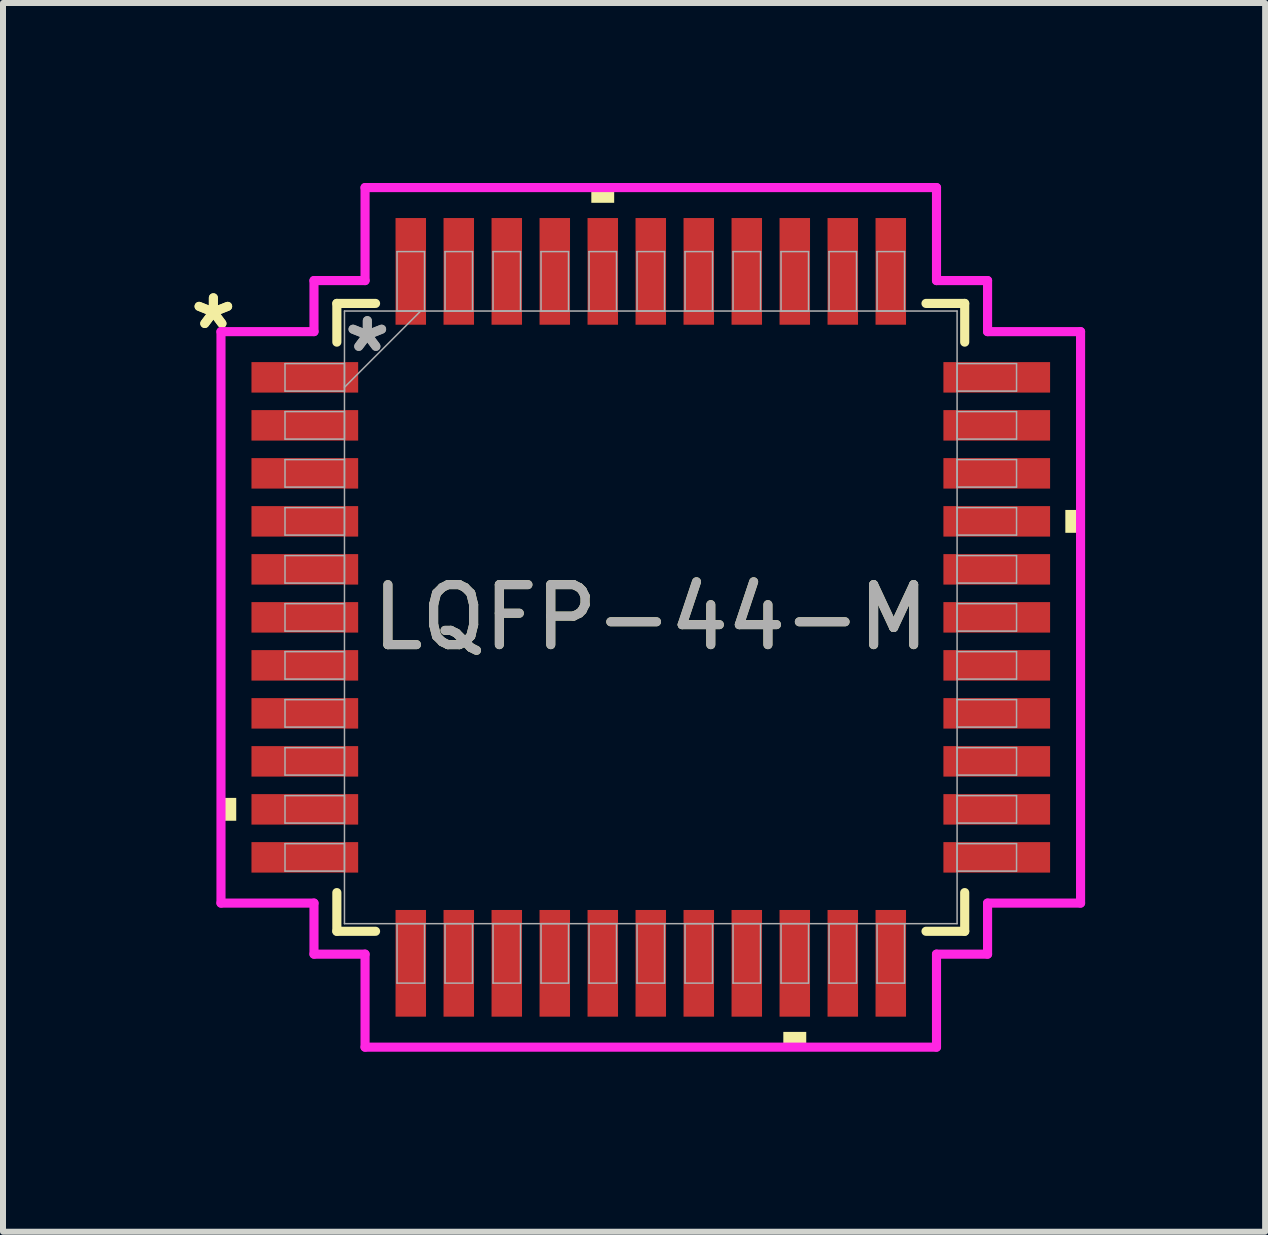
<source format=kicad_pcb>
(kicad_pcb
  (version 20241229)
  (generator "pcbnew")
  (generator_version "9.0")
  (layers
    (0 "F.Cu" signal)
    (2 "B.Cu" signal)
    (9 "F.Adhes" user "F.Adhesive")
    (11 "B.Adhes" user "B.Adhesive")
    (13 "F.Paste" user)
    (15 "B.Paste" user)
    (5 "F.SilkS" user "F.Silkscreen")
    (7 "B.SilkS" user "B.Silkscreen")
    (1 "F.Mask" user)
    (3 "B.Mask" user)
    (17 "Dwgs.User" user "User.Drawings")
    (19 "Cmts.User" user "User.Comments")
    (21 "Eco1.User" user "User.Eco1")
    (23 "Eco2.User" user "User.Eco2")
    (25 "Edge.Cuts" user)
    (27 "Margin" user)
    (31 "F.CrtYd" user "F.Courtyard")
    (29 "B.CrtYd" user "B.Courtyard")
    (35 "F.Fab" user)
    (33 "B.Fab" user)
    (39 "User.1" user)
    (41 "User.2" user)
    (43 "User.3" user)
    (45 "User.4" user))
  (footprint "LQFP-44-M"
    (layer "F.Cu")
    (at 7.796 7.239)
    (property "Reference" "LQFP-44-M" (at 0 0 0) (unlocked yes) (layer "F.SilkS") (effects (font (size 1 1) (thickness 0.15))))
    (attr smd)
    (fp_line (start -5.232 -5.232) (end -5.232 -4.587) (stroke (width 0.152) (type solid)) (layer "F.SilkS"))
    (fp_line (start -5.232 4.587) (end -5.232 5.232) (stroke (width 0.152) (type solid)) (layer "F.SilkS"))
    (fp_line (start -5.232 5.232) (end -4.587 5.232) (stroke (width 0.152) (type solid)) (layer "F.SilkS"))
    (fp_line (start -4.587 -5.232) (end -5.232 -5.232) (stroke (width 0.152) (type solid)) (layer "F.SilkS"))
    (fp_line (start 4.587 5.232) (end 5.232 5.232) (stroke (width 0.152) (type solid)) (layer "F.SilkS"))
    (fp_line (start 5.232 -5.232) (end 4.587 -5.232) (stroke (width 0.152) (type solid)) (layer "F.SilkS"))
    (fp_line (start 5.232 -4.587) (end 5.232 -5.232) (stroke (width 0.152) (type solid)) (layer "F.SilkS"))
    (fp_line (start 5.232 5.232) (end 5.232 4.587) (stroke (width 0.152) (type solid)) (layer "F.SilkS"))
    (fp_poly (pts (xy -7.163 3.009) (xy -7.163 3.39) (xy -6.909 3.39) (xy -6.909 3.009)) (stroke (width 0) (type solid)) (fill yes) (layer "F.SilkS"))
    (fp_poly (pts (xy -0.991 -6.909) (xy -0.991 -7.163) (xy -0.61 -7.163) (xy -0.61 -6.909)) (stroke (width 0) (type solid)) (fill yes) (layer "F.SilkS"))
    (fp_poly (pts (xy 2.209 6.909) (xy 2.209 7.163) (xy 2.591 7.163) (xy 2.591 6.909)) (stroke (width 0) (type solid)) (fill yes) (layer "F.SilkS"))
    (fp_poly (pts (xy 7.163 -1.79) (xy 7.163 -1.409) (xy 6.909 -1.409) (xy 6.909 -1.79)) (stroke (width 0) (type solid)) (fill yes) (layer "F.SilkS"))
    (fp_line (start -7.163 -4.762) (end -5.613 -4.762) (stroke (width 0.152) (type solid)) (layer "F.CrtYd"))
    (fp_line (start -7.163 4.762) (end -7.163 -4.762) (stroke (width 0.152) (type solid)) (layer "F.CrtYd"))
    (fp_line (start -5.613 -5.613) (end -4.762 -5.613) (stroke (width 0.152) (type solid)) (layer "F.CrtYd"))
    (fp_line (start -5.613 -4.762) (end -5.613 -5.613) (stroke (width 0.152) (type solid)) (layer "F.CrtYd"))
    (fp_line (start -5.613 4.762) (end -7.163 4.762) (stroke (width 0.152) (type solid)) (layer "F.CrtYd"))
    (fp_line (start -5.613 5.613) (end -5.613 4.762) (stroke (width 0.152) (type solid)) (layer "F.CrtYd"))
    (fp_line (start -5.613 5.613) (end -4.762 5.613) (stroke (width 0.152) (type solid)) (layer "F.CrtYd"))
    (fp_line (start -4.762 -7.163) (end 4.762 -7.163) (stroke (width 0.152) (type solid)) (layer "F.CrtYd"))
    (fp_line (start -4.762 -5.613) (end -4.762 -7.163) (stroke (width 0.152) (type solid)) (layer "F.CrtYd"))
    (fp_line (start -4.762 5.613) (end -4.762 7.163) (stroke (width 0.152) (type solid)) (layer "F.CrtYd"))
    (fp_line (start -4.762 7.163) (end 4.762 7.163) (stroke (width 0.152) (type solid)) (layer "F.CrtYd"))
    (fp_line (start 4.762 -7.163) (end 4.762 -5.613) (stroke (width 0.152) (type solid)) (layer "F.CrtYd"))
    (fp_line (start 4.762 -5.613) (end 5.613 -5.613) (stroke (width 0.152) (type solid)) (layer "F.CrtYd"))
    (fp_line (start 4.762 5.613) (end 5.613 5.613) (stroke (width 0.152) (type solid)) (layer "F.CrtYd"))
    (fp_line (start 4.762 7.163) (end 4.762 5.613) (stroke (width 0.152) (type solid)) (layer "F.CrtYd"))
    (fp_line (start 5.613 -4.762) (end 5.613 -5.613) (stroke (width 0.152) (type solid)) (layer "F.CrtYd"))
    (fp_line (start 5.613 4.762) (end 7.163 4.762) (stroke (width 0.152) (type solid)) (layer "F.CrtYd"))
    (fp_line (start 5.613 5.613) (end 5.613 4.762) (stroke (width 0.152) (type solid)) (layer "F.CrtYd"))
    (fp_line (start 7.163 -4.762) (end 5.613 -4.762) (stroke (width 0.152) (type solid)) (layer "F.CrtYd"))
    (fp_line (start 7.163 4.762) (end 7.163 -4.762) (stroke (width 0.152) (type solid)) (layer "F.CrtYd"))
    (fp_line (start -6.096 -4.229) (end -6.096 -3.771) (stroke (width 0.025) (type solid)) (layer "F.Fab"))
    (fp_line (start -6.096 -3.771) (end -5.105 -3.771) (stroke (width 0.025) (type solid)) (layer "F.Fab"))
    (fp_line (start -6.096 -3.429) (end -6.096 -2.971) (stroke (width 0.025) (type solid)) (layer "F.Fab"))
    (fp_line (start -6.096 -2.971) (end -5.105 -2.971) (stroke (width 0.025) (type solid)) (layer "F.Fab"))
    (fp_line (start -6.096 -2.629) (end -6.096 -2.171) (stroke (width 0.025) (type solid)) (layer "F.Fab"))
    (fp_line (start -6.096 -2.171) (end -5.105 -2.171) (stroke (width 0.025) (type solid)) (layer "F.Fab"))
    (fp_line (start -6.096 -1.829) (end -6.096 -1.371) (stroke (width 0.025) (type solid)) (layer "F.Fab"))
    (fp_line (start -6.096 -1.371) (end -5.105 -1.371) (stroke (width 0.025) (type solid)) (layer "F.Fab"))
    (fp_line (start -6.096 -1.029) (end -6.096 -0.571) (stroke (width 0.025) (type solid)) (layer "F.Fab"))
    (fp_line (start -6.096 -0.571) (end -5.105 -0.571) (stroke (width 0.025) (type solid)) (layer "F.Fab"))
    (fp_line (start -6.096 -0.229) (end -6.096 0.229) (stroke (width 0.025) (type solid)) (layer "F.Fab"))
    (fp_line (start -6.096 0.229) (end -5.105 0.229) (stroke (width 0.025) (type solid)) (layer "F.Fab"))
    (fp_line (start -6.096 0.571) (end -6.096 1.029) (stroke (width 0.025) (type solid)) (layer "F.Fab"))
    (fp_line (start -6.096 1.029) (end -5.105 1.029) (stroke (width 0.025) (type solid)) (layer "F.Fab"))
    (fp_line (start -6.096 1.371) (end -6.096 1.829) (stroke (width 0.025) (type solid)) (layer "F.Fab"))
    (fp_line (start -6.096 1.829) (end -5.105 1.829) (stroke (width 0.025) (type solid)) (layer "F.Fab"))
    (fp_line (start -6.096 2.171) (end -6.096 2.629) (stroke (width 0.025) (type solid)) (layer "F.Fab"))
    (fp_line (start -6.096 2.629) (end -5.105 2.629) (stroke (width 0.025) (type solid)) (layer "F.Fab"))
    (fp_line (start -6.096 2.971) (end -6.096 3.429) (stroke (width 0.025) (type solid)) (layer "F.Fab"))
    (fp_line (start -6.096 3.429) (end -5.105 3.429) (stroke (width 0.025) (type solid)) (layer "F.Fab"))
    (fp_line (start -6.096 3.771) (end -6.096 4.229) (stroke (width 0.025) (type solid)) (layer "F.Fab"))
    (fp_line (start -6.096 4.229) (end -5.105 4.229) (stroke (width 0.025) (type solid)) (layer "F.Fab"))
    (fp_line (start -5.105 -5.105) (end -5.105 5.105) (stroke (width 0.025) (type solid)) (layer "F.Fab"))
    (fp_line (start -5.105 -4.229) (end -6.096 -4.229) (stroke (width 0.025) (type solid)) (layer "F.Fab"))
    (fp_line (start -5.105 -3.835) (end -3.835 -5.105) (stroke (width 0.025) (type solid)) (layer "F.Fab"))
    (fp_line (start -5.105 -3.771) (end -5.105 -4.229) (stroke (width 0.025) (type solid)) (layer "F.Fab"))
    (fp_line (start -5.105 -3.429) (end -6.096 -3.429) (stroke (width 0.025) (type solid)) (layer "F.Fab"))
    (fp_line (start -5.105 -2.971) (end -5.105 -3.429) (stroke (width 0.025) (type solid)) (layer "F.Fab"))
    (fp_line (start -5.105 -2.629) (end -6.096 -2.629) (stroke (width 0.025) (type solid)) (layer "F.Fab"))
    (fp_line (start -5.105 -2.171) (end -5.105 -2.629) (stroke (width 0.025) (type solid)) (layer "F.Fab"))
    (fp_line (start -5.105 -1.829) (end -6.096 -1.829) (stroke (width 0.025) (type solid)) (layer "F.Fab"))
    (fp_line (start -5.105 -1.371) (end -5.105 -1.829) (stroke (width 0.025) (type solid)) (layer "F.Fab"))
    (fp_line (start -5.105 -1.029) (end -6.096 -1.029) (stroke (width 0.025) (type solid)) (layer "F.Fab"))
    (fp_line (start -5.105 -0.571) (end -5.105 -1.029) (stroke (width 0.025) (type solid)) (layer "F.Fab"))
    (fp_line (start -5.105 -0.229) (end -6.096 -0.229) (stroke (width 0.025) (type solid)) (layer "F.Fab"))
    (fp_line (start -5.105 0.229) (end -5.105 -0.229) (stroke (width 0.025) (type solid)) (layer "F.Fab"))
    (fp_line (start -5.105 0.571) (end -6.096 0.571) (stroke (width 0.025) (type solid)) (layer "F.Fab"))
    (fp_line (start -5.105 1.029) (end -5.105 0.571) (stroke (width 0.025) (type solid)) (layer "F.Fab"))
    (fp_line (start -5.105 1.371) (end -6.096 1.371) (stroke (width 0.025) (type solid)) (layer "F.Fab"))
    (fp_line (start -5.105 1.829) (end -5.105 1.371) (stroke (width 0.025) (type solid)) (layer "F.Fab"))
    (fp_line (start -5.105 2.171) (end -6.096 2.171) (stroke (width 0.025) (type solid)) (layer "F.Fab"))
    (fp_line (start -5.105 2.629) (end -5.105 2.171) (stroke (width 0.025) (type solid)) (layer "F.Fab"))
    (fp_line (start -5.105 2.971) (end -6.096 2.971) (stroke (width 0.025) (type solid)) (layer "F.Fab"))
    (fp_line (start -5.105 3.429) (end -5.105 2.971) (stroke (width 0.025) (type solid)) (layer "F.Fab"))
    (fp_line (start -5.105 3.771) (end -6.096 3.771) (stroke (width 0.025) (type solid)) (layer "F.Fab"))
    (fp_line (start -5.105 4.229) (end -5.105 3.771) (stroke (width 0.025) (type solid)) (layer "F.Fab"))
    (fp_line (start -5.105 5.105) (end 5.105 5.105) (stroke (width 0.025) (type solid)) (layer "F.Fab"))
    (fp_line (start -4.229 5.105) (end -4.229 6.096) (stroke (width 0.025) (type solid)) (layer "F.Fab"))
    (fp_line (start -4.229 6.096) (end -3.771 6.096) (stroke (width 0.025) (type solid)) (layer "F.Fab"))
    (fp_line (start -4.229 -6.096) (end -4.229 -5.105) (stroke (width 0.025) (type solid)) (layer "F.Fab"))
    (fp_line (start -4.229 -5.105) (end -3.771 -5.105) (stroke (width 0.025) (type solid)) (layer "F.Fab"))
    (fp_line (start -3.771 5.105) (end -4.229 5.105) (stroke (width 0.025) (type solid)) (layer "F.Fab"))
    (fp_line (start -3.771 6.096) (end -3.771 5.105) (stroke (width 0.025) (type solid)) (layer "F.Fab"))
    (fp_line (start -3.771 -6.096) (end -4.229 -6.096) (stroke (width 0.025) (type solid)) (layer "F.Fab"))
    (fp_line (start -3.771 -5.105) (end -3.771 -6.096) (stroke (width 0.025) (type solid)) (layer "F.Fab"))
    (fp_line (start -3.429 -6.096) (end -3.429 -5.105) (stroke (width 0.025) (type solid)) (layer "F.Fab"))
    (fp_line (start -3.429 -5.105) (end -2.971 -5.105) (stroke (width 0.025) (type solid)) (layer "F.Fab"))
    (fp_line (start -3.429 5.105) (end -3.429 6.096) (stroke (width 0.025) (type solid)) (layer "F.Fab"))
    (fp_line (start -3.429 6.096) (end -2.971 6.096) (stroke (width 0.025) (type solid)) (layer "F.Fab"))
    (fp_line (start -2.971 -6.096) (end -3.429 -6.096) (stroke (width 0.025) (type solid)) (layer "F.Fab"))
    (fp_line (start -2.971 -5.105) (end -2.971 -6.096) (stroke (width 0.025) (type solid)) (layer "F.Fab"))
    (fp_line (start -2.971 5.105) (end -3.429 5.105) (stroke (width 0.025) (type solid)) (layer "F.Fab"))
    (fp_line (start -2.971 6.096) (end -2.971 5.105) (stroke (width 0.025) (type solid)) (layer "F.Fab"))
    (fp_line (start -2.629 -6.096) (end -2.629 -5.105) (stroke (width 0.025) (type solid)) (layer "F.Fab"))
    (fp_line (start -2.629 -5.105) (end -2.171 -5.105) (stroke (width 0.025) (type solid)) (layer "F.Fab"))
    (fp_line (start -2.629 5.105) (end -2.629 6.096) (stroke (width 0.025) (type solid)) (layer "F.Fab"))
    (fp_line (start -2.629 6.096) (end -2.171 6.096) (stroke (width 0.025) (type solid)) (layer "F.Fab"))
    (fp_line (start -2.171 -6.096) (end -2.629 -6.096) (stroke (width 0.025) (type solid)) (layer "F.Fab"))
    (fp_line (start -2.171 -5.105) (end -2.171 -6.096) (stroke (width 0.025) (type solid)) (layer "F.Fab"))
    (fp_line (start -2.171 5.105) (end -2.629 5.105) (stroke (width 0.025) (type solid)) (layer "F.Fab"))
    (fp_line (start -2.171 6.096) (end -2.171 5.105) (stroke (width 0.025) (type solid)) (layer "F.Fab"))
    (fp_line (start -1.829 -6.096) (end -1.829 -5.105) (stroke (width 0.025) (type solid)) (layer "F.Fab"))
    (fp_line (start -1.829 -5.105) (end -1.371 -5.105) (stroke (width 0.025) (type solid)) (layer "F.Fab"))
    (fp_line (start -1.829 5.105) (end -1.829 6.096) (stroke (width 0.025) (type solid)) (layer "F.Fab"))
    (fp_line (start -1.829 6.096) (end -1.371 6.096) (stroke (width 0.025) (type solid)) (layer "F.Fab"))
    (fp_line (start -1.371 -6.096) (end -1.829 -6.096) (stroke (width 0.025) (type solid)) (layer "F.Fab"))
    (fp_line (start -1.371 -5.105) (end -1.371 -6.096) (stroke (width 0.025) (type solid)) (layer "F.Fab"))
    (fp_line (start -1.371 5.105) (end -1.829 5.105) (stroke (width 0.025) (type solid)) (layer "F.Fab"))
    (fp_line (start -1.371 6.096) (end -1.371 5.105) (stroke (width 0.025) (type solid)) (layer "F.Fab"))
    (fp_line (start -1.029 -6.096) (end -1.029 -5.105) (stroke (width 0.025) (type solid)) (layer "F.Fab"))
    (fp_line (start -1.029 -5.105) (end -0.571 -5.105) (stroke (width 0.025) (type solid)) (layer "F.Fab"))
    (fp_line (start -1.029 5.105) (end -1.029 6.096) (stroke (width 0.025) (type solid)) (layer "F.Fab"))
    (fp_line (start -1.029 6.096) (end -0.571 6.096) (stroke (width 0.025) (type solid)) (layer "F.Fab"))
    (fp_line (start -0.571 -6.096) (end -1.029 -6.096) (stroke (width 0.025) (type solid)) (layer "F.Fab"))
    (fp_line (start -0.571 -5.105) (end -0.571 -6.096) (stroke (width 0.025) (type solid)) (layer "F.Fab"))
    (fp_line (start -0.571 5.105) (end -1.029 5.105) (stroke (width 0.025) (type solid)) (layer "F.Fab"))
    (fp_line (start -0.571 6.096) (end -0.571 5.105) (stroke (width 0.025) (type solid)) (layer "F.Fab"))
    (fp_line (start -0.229 -6.096) (end -0.229 -5.105) (stroke (width 0.025) (type solid)) (layer "F.Fab"))
    (fp_line (start -0.229 -5.105) (end 0.229 -5.105) (stroke (width 0.025) (type solid)) (layer "F.Fab"))
    (fp_line (start -0.229 5.105) (end -0.229 6.096) (stroke (width 0.025) (type solid)) (layer "F.Fab"))
    (fp_line (start -0.229 6.096) (end 0.229 6.096) (stroke (width 0.025) (type solid)) (layer "F.Fab"))
    (fp_line (start 0.229 -6.096) (end -0.229 -6.096) (stroke (width 0.025) (type solid)) (layer "F.Fab"))
    (fp_line (start 0.229 -5.105) (end 0.229 -6.096) (stroke (width 0.025) (type solid)) (layer "F.Fab"))
    (fp_line (start 0.229 5.105) (end -0.229 5.105) (stroke (width 0.025) (type solid)) (layer "F.Fab"))
    (fp_line (start 0.229 6.096) (end 0.229 5.105) (stroke (width 0.025) (type solid)) (layer "F.Fab"))
    (fp_line (start 0.571 -6.096) (end 0.571 -5.105) (stroke (width 0.025) (type solid)) (layer "F.Fab"))
    (fp_line (start 0.571 -5.105) (end 1.029 -5.105) (stroke (width 0.025) (type solid)) (layer "F.Fab"))
    (fp_line (start 0.571 5.105) (end 0.571 6.096) (stroke (width 0.025) (type solid)) (layer "F.Fab"))
    (fp_line (start 0.571 6.096) (end 1.029 6.096) (stroke (width 0.025) (type solid)) (layer "F.Fab"))
    (fp_line (start 1.029 -6.096) (end 0.571 -6.096) (stroke (width 0.025) (type solid)) (layer "F.Fab"))
    (fp_line (start 1.029 -5.105) (end 1.029 -6.096) (stroke (width 0.025) (type solid)) (layer "F.Fab"))
    (fp_line (start 1.029 5.105) (end 0.571 5.105) (stroke (width 0.025) (type solid)) (layer "F.Fab"))
    (fp_line (start 1.029 6.096) (end 1.029 5.105) (stroke (width 0.025) (type solid)) (layer "F.Fab"))
    (fp_line (start 1.371 -6.096) (end 1.371 -5.105) (stroke (width 0.025) (type solid)) (layer "F.Fab"))
    (fp_line (start 1.371 -5.105) (end 1.829 -5.105) (stroke (width 0.025) (type solid)) (layer "F.Fab"))
    (fp_line (start 1.371 5.105) (end 1.371 6.096) (stroke (width 0.025) (type solid)) (layer "F.Fab"))
    (fp_line (start 1.371 6.096) (end 1.829 6.096) (stroke (width 0.025) (type solid)) (layer "F.Fab"))
    (fp_line (start 1.829 -6.096) (end 1.371 -6.096) (stroke (width 0.025) (type solid)) (layer "F.Fab"))
    (fp_line (start 1.829 -5.105) (end 1.829 -6.096) (stroke (width 0.025) (type solid)) (layer "F.Fab"))
    (fp_line (start 1.829 5.105) (end 1.371 5.105) (stroke (width 0.025) (type solid)) (layer "F.Fab"))
    (fp_line (start 1.829 6.096) (end 1.829 5.105) (stroke (width 0.025) (type solid)) (layer "F.Fab"))
    (fp_line (start 2.171 -6.096) (end 2.171 -5.105) (stroke (width 0.025) (type solid)) (layer "F.Fab"))
    (fp_line (start 2.171 -5.105) (end 2.629 -5.105) (stroke (width 0.025) (type solid)) (layer "F.Fab"))
    (fp_line (start 2.171 5.105) (end 2.171 6.096) (stroke (width 0.025) (type solid)) (layer "F.Fab"))
    (fp_line (start 2.171 6.096) (end 2.629 6.096) (stroke (width 0.025) (type solid)) (layer "F.Fab"))
    (fp_line (start 2.629 -6.096) (end 2.171 -6.096) (stroke (width 0.025) (type solid)) (layer "F.Fab"))
    (fp_line (start 2.629 -5.105) (end 2.629 -6.096) (stroke (width 0.025) (type solid)) (layer "F.Fab"))
    (fp_line (start 2.629 5.105) (end 2.171 5.105) (stroke (width 0.025) (type solid)) (layer "F.Fab"))
    (fp_line (start 2.629 6.096) (end 2.629 5.105) (stroke (width 0.025) (type solid)) (layer "F.Fab"))
    (fp_line (start 2.971 -6.096) (end 2.971 -5.105) (stroke (width 0.025) (type solid)) (layer "F.Fab"))
    (fp_line (start 2.971 -5.105) (end 3.429 -5.105) (stroke (width 0.025) (type solid)) (layer "F.Fab"))
    (fp_line (start 2.971 5.105) (end 2.971 6.096) (stroke (width 0.025) (type solid)) (layer "F.Fab"))
    (fp_line (start 2.971 6.096) (end 3.429 6.096) (stroke (width 0.025) (type solid)) (layer "F.Fab"))
    (fp_line (start 3.429 -6.096) (end 2.971 -6.096) (stroke (width 0.025) (type solid)) (layer "F.Fab"))
    (fp_line (start 3.429 -5.105) (end 3.429 -6.096) (stroke (width 0.025) (type solid)) (layer "F.Fab"))
    (fp_line (start 3.429 5.105) (end 2.971 5.105) (stroke (width 0.025) (type solid)) (layer "F.Fab"))
    (fp_line (start 3.429 6.096) (end 3.429 5.105) (stroke (width 0.025) (type solid)) (layer "F.Fab"))
    (fp_line (start 3.771 5.105) (end 3.771 6.096) (stroke (width 0.025) (type solid)) (layer "F.Fab"))
    (fp_line (start 3.771 6.096) (end 4.229 6.096) (stroke (width 0.025) (type solid)) (layer "F.Fab"))
    (fp_line (start 3.771 -6.096) (end 3.771 -5.105) (stroke (width 0.025) (type solid)) (layer "F.Fab"))
    (fp_line (start 3.771 -5.105) (end 4.229 -5.105) (stroke (width 0.025) (type solid)) (layer "F.Fab"))
    (fp_line (start 4.229 5.105) (end 3.771 5.105) (stroke (width 0.025) (type solid)) (layer "F.Fab"))
    (fp_line (start 4.229 6.096) (end 4.229 5.105) (stroke (width 0.025) (type solid)) (layer "F.Fab"))
    (fp_line (start 4.229 -6.096) (end 3.771 -6.096) (stroke (width 0.025) (type solid)) (layer "F.Fab"))
    (fp_line (start 4.229 -5.105) (end 4.229 -6.096) (stroke (width 0.025) (type solid)) (layer "F.Fab"))
    (fp_line (start 5.105 -5.105) (end -5.105 -5.105) (stroke (width 0.025) (type solid)) (layer "F.Fab"))
    (fp_line (start 5.105 -4.229) (end 5.105 -3.771) (stroke (width 0.025) (type solid)) (layer "F.Fab"))
    (fp_line (start 5.105 -3.771) (end 6.096 -3.771) (stroke (width 0.025) (type solid)) (layer "F.Fab"))
    (fp_line (start 5.105 -3.429) (end 5.105 -2.971) (stroke (width 0.025) (type solid)) (layer "F.Fab"))
    (fp_line (start 5.105 -2.971) (end 6.096 -2.971) (stroke (width 0.025) (type solid)) (layer "F.Fab"))
    (fp_line (start 5.105 -2.629) (end 5.105 -2.171) (stroke (width 0.025) (type solid)) (layer "F.Fab"))
    (fp_line (start 5.105 -2.171) (end 6.096 -2.171) (stroke (width 0.025) (type solid)) (layer "F.Fab"))
    (fp_line (start 5.105 -1.829) (end 5.105 -1.371) (stroke (width 0.025) (type solid)) (layer "F.Fab"))
    (fp_line (start 5.105 -1.371) (end 6.096 -1.371) (stroke (width 0.025) (type solid)) (layer "F.Fab"))
    (fp_line (start 5.105 -1.029) (end 5.105 -0.571) (stroke (width 0.025) (type solid)) (layer "F.Fab"))
    (fp_line (start 5.105 -0.571) (end 6.096 -0.571) (stroke (width 0.025) (type solid)) (layer "F.Fab"))
    (fp_line (start 5.105 -0.229) (end 5.105 0.229) (stroke (width 0.025) (type solid)) (layer "F.Fab"))
    (fp_line (start 5.105 0.229) (end 6.096 0.229) (stroke (width 0.025) (type solid)) (layer "F.Fab"))
    (fp_line (start 5.105 0.571) (end 5.105 1.029) (stroke (width 0.025) (type solid)) (layer "F.Fab"))
    (fp_line (start 5.105 1.029) (end 6.096 1.029) (stroke (width 0.025) (type solid)) (layer "F.Fab"))
    (fp_line (start 5.105 1.371) (end 5.105 1.829) (stroke (width 0.025) (type solid)) (layer "F.Fab"))
    (fp_line (start 5.105 1.829) (end 6.096 1.829) (stroke (width 0.025) (type solid)) (layer "F.Fab"))
    (fp_line (start 5.105 2.171) (end 5.105 2.629) (stroke (width 0.025) (type solid)) (layer "F.Fab"))
    (fp_line (start 5.105 2.629) (end 6.096 2.629) (stroke (width 0.025) (type solid)) (layer "F.Fab"))
    (fp_line (start 5.105 2.971) (end 5.105 3.429) (stroke (width 0.025) (type solid)) (layer "F.Fab"))
    (fp_line (start 5.105 3.429) (end 6.096 3.429) (stroke (width 0.025) (type solid)) (layer "F.Fab"))
    (fp_line (start 5.105 3.771) (end 5.105 4.229) (stroke (width 0.025) (type solid)) (layer "F.Fab"))
    (fp_line (start 5.105 4.229) (end 6.096 4.229) (stroke (width 0.025) (type solid)) (layer "F.Fab"))
    (fp_line (start 5.105 5.105) (end 5.105 -5.105) (stroke (width 0.025) (type solid)) (layer "F.Fab"))
    (fp_line (start 6.096 -4.229) (end 5.105 -4.229) (stroke (width 0.025) (type solid)) (layer "F.Fab"))
    (fp_line (start 6.096 -3.771) (end 6.096 -4.229) (stroke (width 0.025) (type solid)) (layer "F.Fab"))
    (fp_line (start 6.096 -3.429) (end 5.105 -3.429) (stroke (width 0.025) (type solid)) (layer "F.Fab"))
    (fp_line (start 6.096 -2.971) (end 6.096 -3.429) (stroke (width 0.025) (type solid)) (layer "F.Fab"))
    (fp_line (start 6.096 -2.629) (end 5.105 -2.629) (stroke (width 0.025) (type solid)) (layer "F.Fab"))
    (fp_line (start 6.096 -2.171) (end 6.096 -2.629) (stroke (width 0.025) (type solid)) (layer "F.Fab"))
    (fp_line (start 6.096 -1.829) (end 5.105 -1.829) (stroke (width 0.025) (type solid)) (layer "F.Fab"))
    (fp_line (start 6.096 -1.371) (end 6.096 -1.829) (stroke (width 0.025) (type solid)) (layer "F.Fab"))
    (fp_line (start 6.096 -1.029) (end 5.105 -1.029) (stroke (width 0.025) (type solid)) (layer "F.Fab"))
    (fp_line (start 6.096 -0.571) (end 6.096 -1.029) (stroke (width 0.025) (type solid)) (layer "F.Fab"))
    (fp_line (start 6.096 -0.229) (end 5.105 -0.229) (stroke (width 0.025) (type solid)) (layer "F.Fab"))
    (fp_line (start 6.096 0.229) (end 6.096 -0.229) (stroke (width 0.025) (type solid)) (layer "F.Fab"))
    (fp_line (start 6.096 0.571) (end 5.105 0.571) (stroke (width 0.025) (type solid)) (layer "F.Fab"))
    (fp_line (start 6.096 1.029) (end 6.096 0.571) (stroke (width 0.025) (type solid)) (layer "F.Fab"))
    (fp_line (start 6.096 1.371) (end 5.105 1.371) (stroke (width 0.025) (type solid)) (layer "F.Fab"))
    (fp_line (start 6.096 1.829) (end 6.096 1.371) (stroke (width 0.025) (type solid)) (layer "F.Fab"))
    (fp_line (start 6.096 2.171) (end 5.105 2.171) (stroke (width 0.025) (type solid)) (layer "F.Fab"))
    (fp_line (start 6.096 2.629) (end 6.096 2.171) (stroke (width 0.025) (type solid)) (layer "F.Fab"))
    (fp_line (start 6.096 2.971) (end 5.105 2.971) (stroke (width 0.025) (type solid)) (layer "F.Fab"))
    (fp_line (start 6.096 3.429) (end 6.096 2.971) (stroke (width 0.025) (type solid)) (layer "F.Fab"))
    (fp_line (start 6.096 3.771) (end 5.105 3.771) (stroke (width 0.025) (type solid)) (layer "F.Fab"))
    (fp_line (start 6.096 4.229) (end 6.096 3.771) (stroke (width 0.025) (type solid)) (layer "F.Fab"))
    (fp_text user "*" (at -7.29 -4.781 0) (layer "F.SilkS") (effects (font (size 1 1) (thickness 0.15))))
    (fp_text user "*" (at -7.29 -4.781 0) (unlocked yes) (layer "F.SilkS") (effects (font (size 1 1) (thickness 0.15))))
    (fp_text user "*" (at -4.724 -4.4 0) (unlocked yes) (layer "F.Fab") (effects (font (size 1 1) (thickness 0.15))))
    (fp_text user "*" (at -4.724 -4.4 0) (layer "F.Fab") (effects (font (size 1 1) (thickness 0.15))))
    (fp_text user "${REFERENCE}" (at 0 0 0) (unlocked yes) (layer "F.Fab") (effects (font (size 1 1) (thickness 0.15))))
    (pad "1" smd rect (at -5.766 -4 90) (size 0.508 1.778) (layers "F.Cu" "F.Mask" "F.Paste"))
    (pad "2" smd rect (at -5.766 -3.2 90) (size 0.508 1.778) (layers "F.Cu" "F.Mask" "F.Paste"))
    (pad "3" smd rect (at -5.766 -2.4 90) (size 0.508 1.778) (layers "F.Cu" "F.Mask" "F.Paste"))
    (pad "4" smd rect (at -5.766 -1.6 90) (size 0.508 1.778) (layers "F.Cu" "F.Mask" "F.Paste"))
    (pad "5" smd rect (at -5.766 -0.8 90) (size 0.508 1.778) (layers "F.Cu" "F.Mask" "F.Paste"))
    (pad "6" smd rect (at -5.766 0 90) (size 0.508 1.778) (layers "F.Cu" "F.Mask" "F.Paste"))
    (pad "7" smd rect (at -5.766 0.8 90) (size 0.508 1.778) (layers "F.Cu" "F.Mask" "F.Paste"))
    (pad "8" smd rect (at -5.766 1.6 90) (size 0.508 1.778) (layers "F.Cu" "F.Mask" "F.Paste"))
    (pad "9" smd rect (at -5.766 2.4 90) (size 0.508 1.778) (layers "F.Cu" "F.Mask" "F.Paste"))
    (pad "10" smd rect (at -5.766 3.2 90) (size 0.508 1.778) (layers "F.Cu" "F.Mask" "F.Paste"))
    (pad "11" smd rect (at -5.766 4 90) (size 0.508 1.778) (layers "F.Cu" "F.Mask" "F.Paste"))
    (pad "12" smd rect (at -4 5.766) (size 0.508 1.778) (layers "F.Cu" "F.Mask" "F.Paste"))
    (pad "13" smd rect (at -3.2 5.766) (size 0.508 1.778) (layers "F.Cu" "F.Mask" "F.Paste"))
    (pad "14" smd rect (at -2.4 5.766) (size 0.508 1.778) (layers "F.Cu" "F.Mask" "F.Paste"))
    (pad "15" smd rect (at -1.6 5.766) (size 0.508 1.778) (layers "F.Cu" "F.Mask" "F.Paste"))
    (pad "16" smd rect (at -0.8 5.766) (size 0.508 1.778) (layers "F.Cu" "F.Mask" "F.Paste"))
    (pad "17" smd rect (at 0 5.766) (size 0.508 1.778) (layers "F.Cu" "F.Mask" "F.Paste"))
    (pad "18" smd rect (at 0.8 5.766) (size 0.508 1.778) (layers "F.Cu" "F.Mask" "F.Paste"))
    (pad "19" smd rect (at 1.6 5.766) (size 0.508 1.778) (layers "F.Cu" "F.Mask" "F.Paste"))
    (pad "20" smd rect (at 2.4 5.766) (size 0.508 1.778) (layers "F.Cu" "F.Mask" "F.Paste"))
    (pad "21" smd rect (at 3.2 5.766) (size 0.508 1.778) (layers "F.Cu" "F.Mask" "F.Paste"))
    (pad "22" smd rect (at 4 5.766) (size 0.508 1.778) (layers "F.Cu" "F.Mask" "F.Paste"))
    (pad "23" smd rect (at 5.766 4 90) (size 0.508 1.778) (layers "F.Cu" "F.Mask" "F.Paste"))
    (pad "24" smd rect (at 5.766 3.2 90) (size 0.508 1.778) (layers "F.Cu" "F.Mask" "F.Paste"))
    (pad "25" smd rect (at 5.766 2.4 90) (size 0.508 1.778) (layers "F.Cu" "F.Mask" "F.Paste"))
    (pad "26" smd rect (at 5.766 1.6 90) (size 0.508 1.778) (layers "F.Cu" "F.Mask" "F.Paste"))
    (pad "27" smd rect (at 5.766 0.8 90) (size 0.508 1.778) (layers "F.Cu" "F.Mask" "F.Paste"))
    (pad "28" smd rect (at 5.766 0 90) (size 0.508 1.778) (layers "F.Cu" "F.Mask" "F.Paste"))
    (pad "29" smd rect (at 5.766 -0.8 90) (size 0.508 1.778) (layers "F.Cu" "F.Mask" "F.Paste"))
    (pad "30" smd rect (at 5.766 -1.6 90) (size 0.508 1.778) (layers "F.Cu" "F.Mask" "F.Paste"))
    (pad "31" smd rect (at 5.766 -2.4 90) (size 0.508 1.778) (layers "F.Cu" "F.Mask" "F.Paste"))
    (pad "32" smd rect (at 5.766 -3.2 90) (size 0.508 1.778) (layers "F.Cu" "F.Mask" "F.Paste"))
    (pad "33" smd rect (at 5.766 -4 90) (size 0.508 1.778) (layers "F.Cu" "F.Mask" "F.Paste"))
    (pad "34" smd rect (at 4 -5.766) (size 0.508 1.778) (layers "F.Cu" "F.Mask" "F.Paste"))
    (pad "35" smd rect (at 3.2 -5.766) (size 0.508 1.778) (layers "F.Cu" "F.Mask" "F.Paste"))
    (pad "36" smd rect (at 2.4 -5.766) (size 0.508 1.778) (layers "F.Cu" "F.Mask" "F.Paste"))
    (pad "37" smd rect (at 1.6 -5.766) (size 0.508 1.778) (layers "F.Cu" "F.Mask" "F.Paste"))
    (pad "38" smd rect (at 0.8 -5.766) (size 0.508 1.778) (layers "F.Cu" "F.Mask" "F.Paste"))
    (pad "39" smd rect (at 0 -5.766) (size 0.508 1.778) (layers "F.Cu" "F.Mask" "F.Paste"))
    (pad "40" smd rect (at -0.8 -5.766) (size 0.508 1.778) (layers "F.Cu" "F.Mask" "F.Paste"))
    (pad "41" smd rect (at -1.6 -5.766) (size 0.508 1.778) (layers "F.Cu" "F.Mask" "F.Paste"))
    (pad "42" smd rect (at -2.4 -5.766) (size 0.508 1.778) (layers "F.Cu" "F.Mask" "F.Paste"))
    (pad "43" smd rect (at -3.2 -5.766) (size 0.508 1.778) (layers "F.Cu" "F.Mask" "F.Paste"))
    (pad "44" smd rect (at -4 -5.766) (size 0.508 1.778) (layers "F.Cu" "F.Mask" "F.Paste")))
  (gr_rect
    (start -3 -3)
    (end 18.035 17.478)
    (stroke (width 0.1) (type default))
    (fill no)
    (layer "Edge.Cuts")))
</source>
